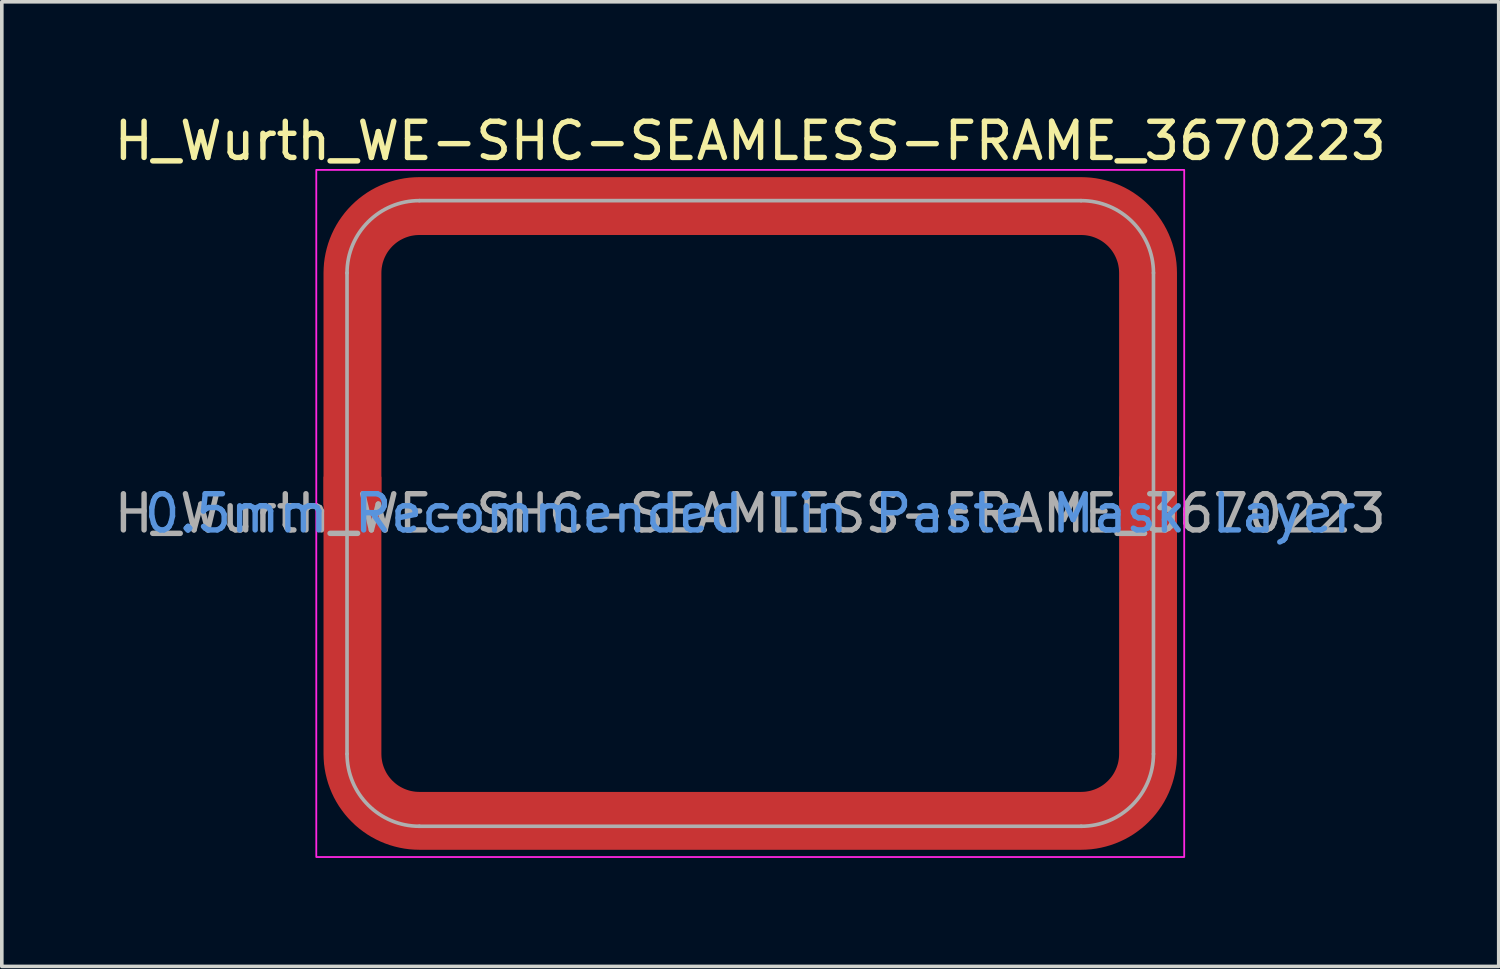
<source format=kicad_pcb>
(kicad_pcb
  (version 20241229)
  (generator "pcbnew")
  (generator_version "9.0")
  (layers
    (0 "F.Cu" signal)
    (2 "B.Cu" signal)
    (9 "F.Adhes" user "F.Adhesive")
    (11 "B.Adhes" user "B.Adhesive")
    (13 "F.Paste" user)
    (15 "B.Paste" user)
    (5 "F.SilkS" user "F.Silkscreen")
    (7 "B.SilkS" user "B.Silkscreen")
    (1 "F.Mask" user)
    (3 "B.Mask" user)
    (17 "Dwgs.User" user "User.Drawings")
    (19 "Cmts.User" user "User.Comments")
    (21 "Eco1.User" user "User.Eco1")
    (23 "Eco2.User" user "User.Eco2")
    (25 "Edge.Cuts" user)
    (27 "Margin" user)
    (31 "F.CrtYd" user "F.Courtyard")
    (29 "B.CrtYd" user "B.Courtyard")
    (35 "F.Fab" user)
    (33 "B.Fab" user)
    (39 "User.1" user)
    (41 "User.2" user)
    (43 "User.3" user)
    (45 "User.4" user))
  (footprint "H_Wurth_WE-SHC-SEAMLESS-FRAME_3670223"
    (layer "F.Cu")
    (at 17.696 11.148)
    (property "Reference" "H_Wurth_WE-SHC-SEAMLESS-FRAME_3670223" (at 0 -10.3 0) (unlocked yes) (layer "F.SilkS") (effects (font (size 1 1) (thickness 0.15))))
    (attr smd)
    (fp_poly (pts (xy -10.25 -0.25) (xy -11.75 -0.25) (xy -11.75 -6.65) (xy -11.746 -6.786) (xy -11.736 -6.922) (xy -11.718 -7.057) (xy -11.693 -7.191) (xy -11.661 -7.323) (xy -11.623 -7.453) (xy -11.577 -7.582) (xy -11.525 -7.708) (xy -11.467 -7.83) (xy -11.402 -7.95) (xy -11.331 -8.066) (xy -11.253 -8.178) (xy -11.171 -8.286) (xy -11.082 -8.39) (xy -10.988 -8.488) (xy -10.89 -8.582) (xy -10.786 -8.671) (xy -10.678 -8.753) (xy -10.566 -8.831) (xy -10.45 -8.902) (xy -10.33 -8.967) (xy -10.208 -9.025) (xy -10.082 -9.077) (xy -9.953 -9.123) (xy -9.823 -9.161) (xy -9.691 -9.193) (xy -9.557 -9.218) (xy -9.422 -9.236) (xy -9.286 -9.246) (xy -9.15 -9.25) (xy 9.15 -9.25) (xy 9.286 -9.246) (xy 9.422 -9.236) (xy 9.557 -9.218) (xy 9.691 -9.193) (xy 9.823 -9.161) (xy 9.953 -9.123) (xy 10.082 -9.077) (xy 10.208 -9.025) (xy 10.33 -8.967) (xy 10.45 -8.902) (xy 10.566 -8.831) (xy 10.678 -8.753) (xy 10.786 -8.671) (xy 10.89 -8.582) (xy 10.988 -8.488) (xy 11.082 -8.39) (xy 11.171 -8.286) (xy 11.253 -8.178) (xy 11.331 -8.066) (xy 11.402 -7.95) (xy 11.467 -7.83) (xy 11.525 -7.708) (xy 11.577 -7.582) (xy 11.623 -7.453) (xy 11.661 -7.323) (xy 11.693 -7.191) (xy 11.718 -7.057) (xy 11.736 -6.922) (xy 11.746 -6.786) (xy 11.75 -6.65) (xy 11.75 -0.25) (xy 10.25 -0.25) (xy 10.25 -6.65) (xy 10.248 -6.708) (xy 10.244 -6.765) (xy 10.236 -6.822) (xy 10.226 -6.879) (xy 10.213 -6.935) (xy 10.196 -6.99) (xy 10.177 -7.044) (xy 10.155 -7.097) (xy 10.13 -7.149) (xy 10.103 -7.2) (xy 10.073 -7.249) (xy 10.04 -7.297) (xy 10.005 -7.342) (xy 9.967 -7.386) (xy 9.928 -7.428) (xy 9.886 -7.467) (xy 9.842 -7.505) (xy 9.797 -7.54) (xy 9.749 -7.573) (xy 9.7 -7.603) (xy 9.649 -7.63) (xy 9.597 -7.655) (xy 9.544 -7.677) (xy 9.49 -7.696) (xy 9.435 -7.713) (xy 9.379 -7.726) (xy 9.322 -7.736) (xy 9.265 -7.744) (xy 9.208 -7.748) (xy 9.15 -7.75) (xy -9.15 -7.75) (xy -9.208 -7.748) (xy -9.265 -7.744) (xy -9.322 -7.736) (xy -9.379 -7.726) (xy -9.435 -7.713) (xy -9.49 -7.696) (xy -9.544 -7.677) (xy -9.597 -7.655) (xy -9.649 -7.63) (xy -9.7 -7.603) (xy -9.749 -7.573) (xy -9.797 -7.54) (xy -9.842 -7.505) (xy -9.886 -7.467) (xy -9.928 -7.428) (xy -9.967 -7.386) (xy -10.005 -7.342) (xy -10.04 -7.297) (xy -10.073 -7.249) (xy -10.103 -7.2) (xy -10.13 -7.149) (xy -10.155 -7.097) (xy -10.177 -7.044) (xy -10.196 -6.99) (xy -10.213 -6.935) (xy -10.226 -6.879) (xy -10.236 -6.822) (xy -10.244 -6.765) (xy -10.248 -6.708) (xy -10.25 -6.65) (xy -10.25 -0.25)) (stroke (width 0.1) (type solid)) (fill yes) (layer "F.Cu"))
    (fp_poly (pts (xy -10.25 -0.25) (xy -11.75 -0.25) (xy -11.75 -6.65) (xy -11.746 -6.786) (xy -11.736 -6.922) (xy -11.718 -7.057) (xy -11.693 -7.191) (xy -11.661 -7.323) (xy -11.623 -7.453) (xy -11.577 -7.582) (xy -11.525 -7.708) (xy -11.467 -7.83) (xy -11.402 -7.95) (xy -11.331 -8.066) (xy -11.253 -8.178) (xy -11.171 -8.286) (xy -11.082 -8.39) (xy -10.988 -8.488) (xy -10.89 -8.582) (xy -10.786 -8.671) (xy -10.678 -8.753) (xy -10.566 -8.831) (xy -10.45 -8.902) (xy -10.33 -8.967) (xy -10.208 -9.025) (xy -10.082 -9.077) (xy -9.953 -9.123) (xy -9.823 -9.161) (xy -9.691 -9.193) (xy -9.557 -9.218) (xy -9.422 -9.236) (xy -9.286 -9.246) (xy -9.15 -9.25) (xy 9.15 -9.25) (xy 9.286 -9.246) (xy 9.422 -9.236) (xy 9.557 -9.218) (xy 9.691 -9.193) (xy 9.823 -9.161) (xy 9.953 -9.123) (xy 10.082 -9.077) (xy 10.208 -9.025) (xy 10.33 -8.967) (xy 10.45 -8.902) (xy 10.566 -8.831) (xy 10.678 -8.753) (xy 10.786 -8.671) (xy 10.89 -8.582) (xy 10.988 -8.488) (xy 11.082 -8.39) (xy 11.171 -8.286) (xy 11.253 -8.178) (xy 11.331 -8.066) (xy 11.402 -7.95) (xy 11.467 -7.83) (xy 11.525 -7.708) (xy 11.577 -7.582) (xy 11.623 -7.453) (xy 11.661 -7.323) (xy 11.693 -7.191) (xy 11.718 -7.057) (xy 11.736 -6.922) (xy 11.746 -6.786) (xy 11.75 -6.65) (xy 11.75 -0.25) (xy 10.25 -0.25) (xy 10.25 -6.65) (xy 10.248 -6.708) (xy 10.244 -6.765) (xy 10.236 -6.822) (xy 10.226 -6.879) (xy 10.213 -6.935) (xy 10.196 -6.99) (xy 10.177 -7.044) (xy 10.155 -7.097) (xy 10.13 -7.149) (xy 10.103 -7.2) (xy 10.073 -7.249) (xy 10.04 -7.297) (xy 10.005 -7.342) (xy 9.967 -7.386) (xy 9.928 -7.428) (xy 9.886 -7.467) (xy 9.842 -7.505) (xy 9.797 -7.54) (xy 9.749 -7.573) (xy 9.7 -7.603) (xy 9.649 -7.63) (xy 9.597 -7.655) (xy 9.544 -7.677) (xy 9.49 -7.696) (xy 9.435 -7.713) (xy 9.379 -7.726) (xy 9.322 -7.736) (xy 9.265 -7.744) (xy 9.208 -7.748) (xy 9.15 -7.75) (xy -9.15 -7.75) (xy -9.208 -7.748) (xy -9.265 -7.744) (xy -9.322 -7.736) (xy -9.379 -7.726) (xy -9.435 -7.713) (xy -9.49 -7.696) (xy -9.544 -7.677) (xy -9.597 -7.655) (xy -9.649 -7.63) (xy -9.7 -7.603) (xy -9.749 -7.573) (xy -9.797 -7.54) (xy -9.842 -7.505) (xy -9.886 -7.467) (xy -9.928 -7.428) (xy -9.967 -7.386) (xy -10.005 -7.342) (xy -10.04 -7.297) (xy -10.073 -7.249) (xy -10.103 -7.2) (xy -10.13 -7.149) (xy -10.155 -7.097) (xy -10.177 -7.044) (xy -10.196 -6.99) (xy -10.213 -6.935) (xy -10.226 -6.879) (xy -10.236 -6.822) (xy -10.244 -6.765) (xy -10.248 -6.708) (xy -10.25 -6.65) (xy -10.25 -0.25)) (stroke (width 0.1) (type solid)) (fill yes) (layer "F.Mask"))
    (fp_poly (pts (xy -10.25 -0.25) (xy -11.75 -0.25) (xy -11.75 -6.65) (xy -11.746 -6.786) (xy -11.736 -6.922) (xy -11.718 -7.057) (xy -11.693 -7.191) (xy -11.661 -7.323) (xy -11.623 -7.453) (xy -11.577 -7.582) (xy -11.525 -7.708) (xy -11.467 -7.83) (xy -11.402 -7.95) (xy -11.331 -8.066) (xy -11.253 -8.178) (xy -11.171 -8.286) (xy -11.082 -8.39) (xy -10.988 -8.488) (xy -10.89 -8.582) (xy -10.786 -8.671) (xy -10.678 -8.753) (xy -10.566 -8.831) (xy -10.45 -8.902) (xy -10.33 -8.967) (xy -10.208 -9.025) (xy -10.082 -9.077) (xy -9.953 -9.123) (xy -9.823 -9.161) (xy -9.691 -9.193) (xy -9.557 -9.218) (xy -9.422 -9.236) (xy -9.286 -9.246) (xy -9.15 -9.25) (xy 9.15 -9.25) (xy 9.286 -9.246) (xy 9.422 -9.236) (xy 9.557 -9.218) (xy 9.691 -9.193) (xy 9.823 -9.161) (xy 9.953 -9.123) (xy 10.082 -9.077) (xy 10.208 -9.025) (xy 10.33 -8.967) (xy 10.45 -8.902) (xy 10.566 -8.831) (xy 10.678 -8.753) (xy 10.786 -8.671) (xy 10.89 -8.582) (xy 10.988 -8.488) (xy 11.082 -8.39) (xy 11.171 -8.286) (xy 11.253 -8.178) (xy 11.331 -8.066) (xy 11.402 -7.95) (xy 11.467 -7.83) (xy 11.525 -7.708) (xy 11.577 -7.582) (xy 11.623 -7.453) (xy 11.661 -7.323) (xy 11.693 -7.191) (xy 11.718 -7.057) (xy 11.736 -6.922) (xy 11.746 -6.786) (xy 11.75 -6.65) (xy 11.75 -0.25) (xy 10.25 -0.25) (xy 10.25 -6.65) (xy 10.248 -6.708) (xy 10.244 -6.765) (xy 10.236 -6.822) (xy 10.226 -6.879) (xy 10.213 -6.935) (xy 10.196 -6.99) (xy 10.177 -7.044) (xy 10.155 -7.097) (xy 10.13 -7.149) (xy 10.103 -7.2) (xy 10.073 -7.249) (xy 10.04 -7.297) (xy 10.005 -7.342) (xy 9.967 -7.386) (xy 9.928 -7.428) (xy 9.886 -7.467) (xy 9.842 -7.505) (xy 9.797 -7.54) (xy 9.749 -7.573) (xy 9.7 -7.603) (xy 9.649 -7.63) (xy 9.597 -7.655) (xy 9.544 -7.677) (xy 9.49 -7.696) (xy 9.435 -7.713) (xy 9.379 -7.726) (xy 9.322 -7.736) (xy 9.265 -7.744) (xy 9.208 -7.748) (xy 9.15 -7.75) (xy -9.15 -7.75) (xy -9.208 -7.748) (xy -9.265 -7.744) (xy -9.322 -7.736) (xy -9.379 -7.726) (xy -9.435 -7.713) (xy -9.49 -7.696) (xy -9.544 -7.677) (xy -9.597 -7.655) (xy -9.649 -7.63) (xy -9.7 -7.603) (xy -9.749 -7.573) (xy -9.797 -7.54) (xy -9.842 -7.505) (xy -9.886 -7.467) (xy -9.928 -7.428) (xy -9.967 -7.386) (xy -10.005 -7.342) (xy -10.04 -7.297) (xy -10.073 -7.249) (xy -10.103 -7.2) (xy -10.13 -7.149) (xy -10.155 -7.097) (xy -10.177 -7.044) (xy -10.196 -6.99) (xy -10.213 -6.935) (xy -10.226 -6.879) (xy -10.236 -6.822) (xy -10.244 -6.765) (xy -10.248 -6.708) (xy -10.25 -6.65) (xy -10.25 -0.25)) (stroke (width 0.1) (type solid)) (fill yes) (layer "F.Paste"))
    (fp_rect (start -12 -9.5) (end 12 9.5) (stroke (width 0.05) (type solid)) (fill no) (layer "F.CrtYd"))
    (fp_line (start -11.15 6.65) (end -11.15 -6.65) (stroke (width 0.1) (type solid)) (layer "F.Fab"))
    (fp_line (start -9.15 -8.65) (end 9.15 -8.65) (stroke (width 0.1) (type solid)) (layer "F.Fab"))
    (fp_line (start -9.15 8.65) (end 9.15 8.65) (stroke (width 0.1) (type solid)) (layer "F.Fab"))
    (fp_line (start 11.15 6.65) (end 11.15 -6.65) (stroke (width 0.1) (type solid)) (layer "F.Fab"))
    (fp_arc (start -11.15 -6.65) (mid -10.564214 -8.064214) (end -9.15 -8.65) (stroke (width 0.1) (type default)) (layer "F.Fab"))
    (fp_arc (start -9.15 8.65) (mid -10.564214 8.064214) (end -11.15 6.65) (stroke (width 0.1) (type default)) (layer "F.Fab"))
    (fp_arc (start 9.15 -8.65) (mid 10.564214 -8.064214) (end 11.15 -6.65) (stroke (width 0.1) (type default)) (layer "F.Fab"))
    (fp_arc (start 11.15 6.65) (mid 10.564214 8.064214) (end 9.15 8.65) (stroke (width 0.1) (type default)) (layer "F.Fab"))
    (fp_text user "0.5mm Recommended Tin Paste Mask Layer" (at 0 0 0) (unlocked yes) (layer "Cmts.User") (effects (font (size 1 1) (thickness 0.15))))
    (fp_text user "${REFERENCE}" (at 0 0 0) (unlocked yes) (layer "F.Fab") (effects (font (size 1 1) (thickness 0.15))))
    (pad "1" smd custom (at 11 0) (size 1.5 13.3) (layers "F.Cu" "F.Mask" "F.Paste") (options (anchor rect)) (primitives (gr_poly (pts (xy -0.75 -1) (xy 0.75 -1) (xy 0.75 6.65) (xy 0.746 6.786) (xy 0.736 6.922) (xy 0.718 7.057) (xy 0.693 7.191) (xy 0.661 7.323) (xy 0.623 7.453) (xy 0.577 7.582) (xy 0.525 7.708) (xy 0.467 7.83) (xy 0.402 7.95) (xy 0.331 8.066) (xy 0.253 8.178) (xy 0.171 8.286) (xy 0.082 8.39) (xy -0.012 8.488) (xy -0.11 8.582) (xy -0.214 8.671) (xy -0.322 8.753) (xy -0.434 8.831) (xy -0.55 8.902) (xy -0.67 8.967) (xy -0.792 9.025) (xy -0.918 9.077) (xy -1.047 9.123) (xy -1.177 9.161) (xy -1.309 9.193) (xy -1.443 9.218) (xy -1.578 9.236) (xy -1.714 9.246) (xy -1.85 9.25) (xy -20.15 9.25) (xy -20.286 9.246) (xy -20.422 9.236) (xy -20.557 9.218) (xy -20.691 9.193) (xy -20.823 9.161) (xy -20.953 9.123) (xy -21.082 9.077) (xy -21.208 9.025) (xy -21.33 8.967) (xy -21.45 8.902) (xy -21.566 8.831) (xy -21.678 8.753) (xy -21.786 8.671) (xy -21.89 8.582) (xy -21.988 8.488) (xy -22.082 8.39) (xy -22.171 8.286) (xy -22.253 8.178) (xy -22.331 8.066) (xy -22.402 7.95) (xy -22.467 7.83) (xy -22.525 7.708) (xy -22.577 7.582) (xy -22.623 7.453) (xy -22.661 7.323) (xy -22.693 7.191) (xy -22.718 7.057) (xy -22.736 6.922) (xy -22.746 6.786) (xy -22.75 6.65) (xy -22.75 -1) (xy -21.25 -1) (xy -21.25 6.65) (xy -21.248 6.708) (xy -21.244 6.765) (xy -21.236 6.822) (xy -21.226 6.879) (xy -21.213 6.935) (xy -21.196 6.99) (xy -21.177 7.044) (xy -21.155 7.097) (xy -21.13 7.149) (xy -21.103 7.2) (xy -21.073 7.249) (xy -21.04 7.297) (xy -21.005 7.342) (xy -20.967 7.386) (xy -20.928 7.428) (xy -20.886 7.467) (xy -20.842 7.505) (xy -20.797 7.54) (xy -20.749 7.573) (xy -20.7 7.603) (xy -20.649 7.63) (xy -20.597 7.655) (xy -20.544 7.677) (xy -20.49 7.696) (xy -20.435 7.713) (xy -20.379 7.726) (xy -20.322 7.736) (xy -20.265 7.744) (xy -20.208 7.748) (xy -20.15 7.75) (xy -1.85 7.75) (xy -1.792 7.748) (xy -1.735 7.744) (xy -1.678 7.736) (xy -1.621 7.726) (xy -1.565 7.713) (xy -1.51 7.696) (xy -1.456 7.677) (xy -1.403 7.655) (xy -1.351 7.63) (xy -1.3 7.603) (xy -1.251 7.573) (xy -1.203 7.54) (xy -1.158 7.505) (xy -1.114 7.467) (xy -1.072 7.428) (xy -1.033 7.386) (xy -0.995 7.342) (xy -0.96 7.297) (xy -0.927 7.249) (xy -0.897 7.2) (xy -0.87 7.149) (xy -0.845 7.097) (xy -0.823 7.044) (xy -0.804 6.99) (xy -0.787 6.935) (xy -0.774 6.879) (xy -0.764 6.822) (xy -0.756 6.765) (xy -0.752 6.708) (xy -0.75 6.65) (xy -0.75 -1)) (width 0.1) (fill yes)))))
  (gr_rect
    (start -3 -3)
    (end 38.393 23.673)
    (stroke (width 0.1) (type default))
    (fill no)
    (layer "Edge.Cuts")))
</source>
